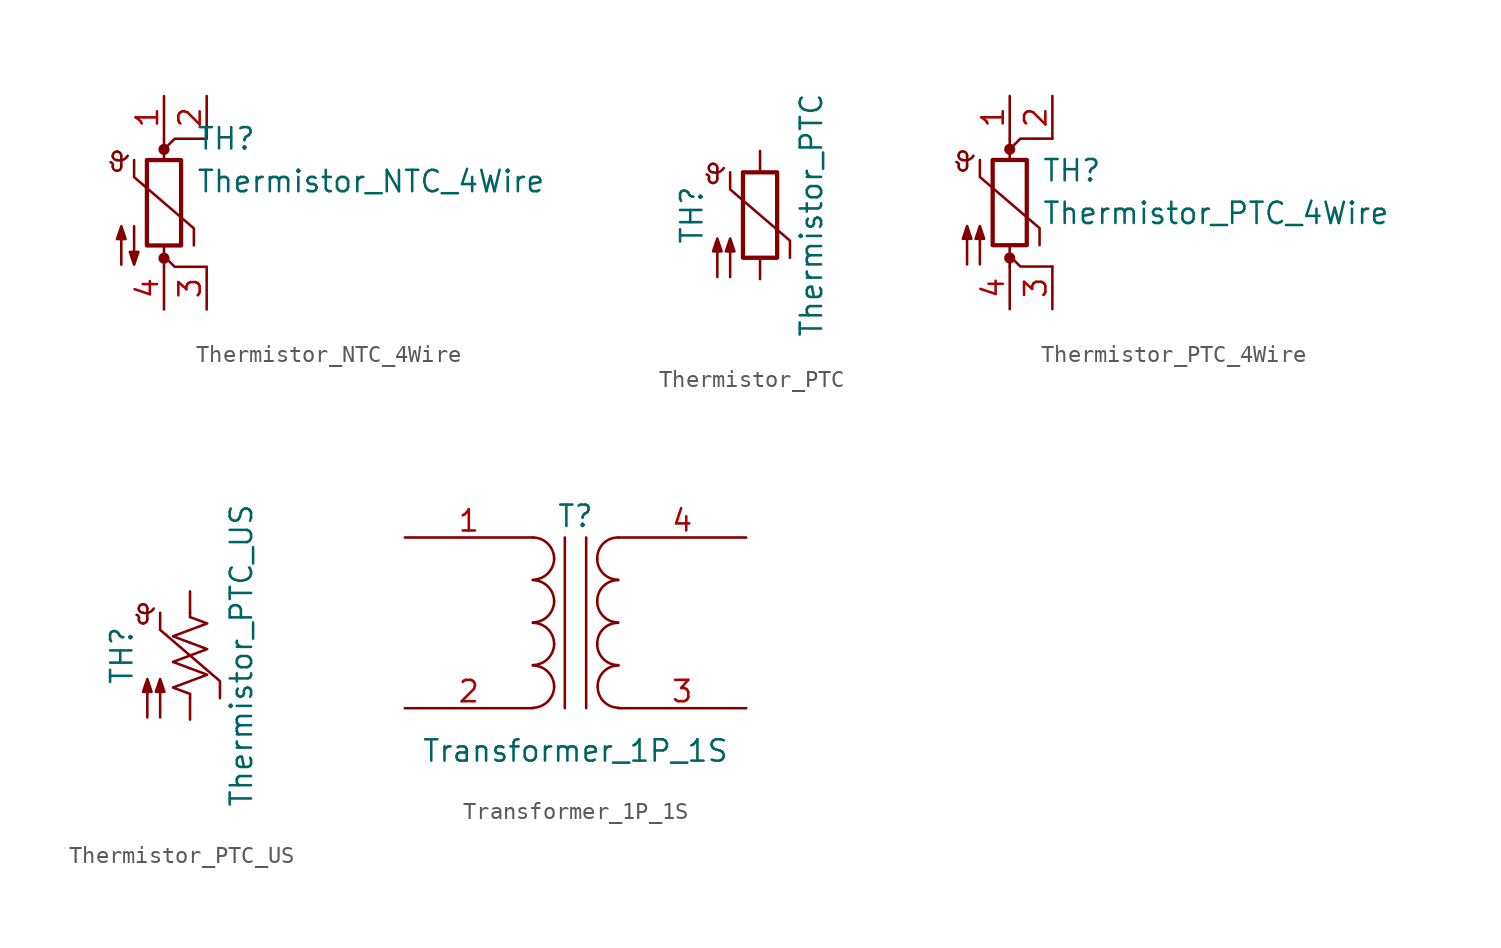
<source format=kicad_sym>
(kicad_symbol_lib
  (version 20211014)
  (generator kicad_symbol_editor)
  (symbol "Thermistor_NTC_4Wire"
    (pin_names
      (offset 0))
    (property "Reference" "TH"
      (at 1.905 3.81 0)
      (effects (font (size 1.27 1.27)) (justify left)))
    (property "Value" "Thermistor_NTC_4Wire"
      (at 1.905 1.27 0)
      (effects (font (size 1.27 1.27)) (justify left)))
    (symbol "Thermistor_NTC_4Wire_0_1"
      (arc (start -3.048 2.159) (mid -3.0495 2.3143) (end -3.175 2.413) (stroke (width 0) (type default) (color 0 0 0 0)) (fill (type none)))
      (arc (start -3.048 2.159) (mid -2.9736 1.9794) (end -2.794 1.905) (stroke (width 0) (type default) (color 0 0 0 0)) (fill (type none)))
      (arc (start -3.048 2.794) (mid -2.9736 2.6144) (end -2.794 2.54) (stroke (width 0) (type default) (color 0 0 0 0)) (fill (type none)))
      (arc (start -2.794 1.905) (mid -2.6144 1.9794) (end -2.54 2.159) (stroke (width 0) (type default) (color 0 0 0 0)) (fill (type none)))
      (arc (start -2.794 2.54) (mid -2.4393 2.5587) (end -2.159 2.794) (stroke (width 0) (type default) (color 0 0 0 0)) (fill (type none)))
      (arc (start -2.794 3.048) (mid -2.9736 2.9736) (end -3.048 2.794) (stroke (width 0) (type default) (color 0 0 0 0)) (fill (type none)))
      (arc (start -2.54 2.794) (mid -2.6144 2.9736) (end -2.794 3.048) (stroke (width 0) (type default) (color 0 0 0 0)) (fill (type none)))
      (rectangle (start -1.016 2.54) (end 1.016 -2.54) (stroke (width 0.254) (type default) (color 0 0 0 0)) (fill (type none)))
      (circle (center 0 -3.302) (radius 0.254) (stroke (width 0) (type default) (color 0 0 0 0)) (fill (type outline)))
      (polyline (pts (xy -2.54 2.159) (xy -2.54 2.794)) (stroke (width 0) (type default) (color 0 0 0 0)) (fill (type none)))
      (polyline (pts (xy 0 -3.81) (xy 0 -2.54)) (stroke (width 0) (type default) (color 0 0 0 0)) (fill (type none)))
      (polyline (pts (xy 0 3.175) (xy 0 3.175)) (stroke (width 0) (type default) (color 0 0 0 0)) (fill (type none)))
      (polyline (pts (xy 0 3.81) (xy 0 2.54)) (stroke (width 0) (type default) (color 0 0 0 0)) (fill (type none)))
      (polyline (pts (xy 2.54 -3.81) (xy 0.635 -3.81) (xy 0 -3.175)) (stroke (width 0) (type default) (color 0 0 0 0)) (fill (type none)))
      (polyline (pts (xy 2.54 3.81) (xy 0.635 3.81) (xy 0 3.175)) (stroke (width 0) (type default) (color 0 0 0 0)) (fill (type none)))
      (polyline (pts (xy -1.778 2.54) (xy -1.778 1.524) (xy 1.778 -1.524) (xy 1.778 -2.54)) (stroke (width 0) (type default) (color 0 0 0 0)) (fill (type none)))
      (polyline (pts (xy -2.54 -3.683) (xy -2.54 -1.397) (xy -2.794 -2.159) (xy -2.286 -2.159) (xy -2.54 -1.397) (xy -2.54 -1.651)) (stroke (width 0) (type default) (color 0 0 0 0)) (fill (type outline)))
      (polyline (pts (xy -1.778 -1.397) (xy -1.778 -3.683) (xy -2.032 -2.921) (xy -1.524 -2.921) (xy -1.778 -3.683) (xy -1.778 -3.429)) (stroke (width 0) (type default) (color 0 0 0 0)) (fill (type outline)))
      (circle (center 0 3.175) (radius 0.254) (stroke (width 0) (type default) (color 0 0 0 0)) (fill (type outline))))
    (symbol "Thermistor_NTC_4Wire_1_1"
      (pin passive line (at 0 6.35 270) (length 2.54) (name "~" (effects (font (size 1.27 1.27)))) (number "1" (effects (font (size 1.27 1.27)))))
      (pin passive line (at 2.54 6.35 270) (length 2.54) (name "~" (effects (font (size 1.27 1.27)))) (number "2" (effects (font (size 1.27 1.27)))))
      (pin passive line (at 2.54 -6.35 90) (length 2.54) (name "~" (effects (font (size 1.27 1.27)))) (number "3" (effects (font (size 1.27 1.27)))))
      (pin passive line (at 0 -6.35 90) (length 2.54) (name "~" (effects (font (size 1.27 1.27)))) (number "4" (effects (font (size 1.27 1.27)))))))
  (symbol "Thermistor_PTC"
    (pin_numbers hide)
    (pin_names
      (offset 0))
    (property "Reference" "TH"
      (at -4.064 0 90)
      (effects (font (size 1.27 1.27))))
    (property "Value" "Thermistor_PTC"
      (at 3.048 0 90)
      (effects (font (size 1.27 1.27))))
    (symbol "Thermistor_PTC_0_1"
      (arc (start -3.048 2.159) (mid -3.0495 2.3143) (end -3.175 2.413) (stroke (width 0) (type default) (color 0 0 0 0)) (fill (type none)))
      (arc (start -3.048 2.159) (mid -2.9736 1.9794) (end -2.794 1.905) (stroke (width 0) (type default) (color 0 0 0 0)) (fill (type none)))
      (arc (start -3.048 2.794) (mid -2.9736 2.6144) (end -2.794 2.54) (stroke (width 0) (type default) (color 0 0 0 0)) (fill (type none)))
      (arc (start -2.794 1.905) (mid -2.6144 1.9794) (end -2.54 2.159) (stroke (width 0) (type default) (color 0 0 0 0)) (fill (type none)))
      (arc (start -2.794 2.54) (mid -2.4393 2.5587) (end -2.159 2.794) (stroke (width 0) (type default) (color 0 0 0 0)) (fill (type none)))
      (arc (start -2.794 3.048) (mid -2.9736 2.9736) (end -3.048 2.794) (stroke (width 0) (type default) (color 0 0 0 0)) (fill (type none)))
      (arc (start -2.54 2.794) (mid -2.6144 2.9736) (end -2.794 3.048) (stroke (width 0) (type default) (color 0 0 0 0)) (fill (type none)))
      (rectangle (start -1.016 2.54) (end 1.016 -2.54) (stroke (width 0.254) (type default) (color 0 0 0 0)) (fill (type none)))
      (polyline (pts (xy -2.54 2.159) (xy -2.54 2.794)) (stroke (width 0) (type default) (color 0 0 0 0)) (fill (type none)))
      (polyline (pts (xy -1.778 2.54) (xy -1.778 1.524) (xy 1.778 -1.524) (xy 1.778 -2.54)) (stroke (width 0) (type default) (color 0 0 0 0)) (fill (type none)))
      (polyline (pts (xy -2.54 -3.683) (xy -2.54 -1.397) (xy -2.794 -2.159) (xy -2.286 -2.159) (xy -2.54 -1.397) (xy -2.54 -1.651)) (stroke (width 0) (type default) (color 0 0 0 0)) (fill (type outline)))
      (polyline (pts (xy -1.778 -3.683) (xy -1.778 -1.397) (xy -2.032 -2.159) (xy -1.524 -2.159) (xy -1.778 -1.397) (xy -1.778 -1.651)) (stroke (width 0) (type default) (color 0 0 0 0)) (fill (type outline))))
    (symbol "Thermistor_PTC_1_1"
      (pin passive line (at 0 3.81 270) (length 1.27) (name "~" (effects (font (size 1.27 1.27)))) (number "1" (effects (font (size 1.27 1.27)))))
      (pin passive line (at 0 -3.81 90) (length 1.27) (name "~" (effects (font (size 1.27 1.27)))) (number "2" (effects (font (size 1.27 1.27)))))))
  (symbol "Thermistor_PTC_4Wire"
    (pin_names
      (offset 0))
    (property "Reference" "TH"
      (at 1.905 1.905 0)
      (effects (font (size 1.27 1.27)) (justify left)))
    (property "Value" "Thermistor_PTC_4Wire"
      (at 1.905 -0.635 0)
      (effects (font (size 1.27 1.27)) (justify left)))
    (symbol "Thermistor_PTC_4Wire_0_1"
      (arc (start -3.048 2.159) (mid -3.0495 2.3143) (end -3.175 2.413) (stroke (width 0) (type default) (color 0 0 0 0)) (fill (type none)))
      (arc (start -3.048 2.159) (mid -2.9736 1.9794) (end -2.794 1.905) (stroke (width 0) (type default) (color 0 0 0 0)) (fill (type none)))
      (arc (start -3.048 2.794) (mid -2.9736 2.6144) (end -2.794 2.54) (stroke (width 0) (type default) (color 0 0 0 0)) (fill (type none)))
      (arc (start -2.794 1.905) (mid -2.6144 1.9794) (end -2.54 2.159) (stroke (width 0) (type default) (color 0 0 0 0)) (fill (type none)))
      (arc (start -2.794 2.54) (mid -2.4393 2.5587) (end -2.159 2.794) (stroke (width 0) (type default) (color 0 0 0 0)) (fill (type none)))
      (arc (start -2.794 3.048) (mid -2.9736 2.9736) (end -3.048 2.794) (stroke (width 0) (type default) (color 0 0 0 0)) (fill (type none)))
      (arc (start -2.54 2.794) (mid -2.6144 2.9736) (end -2.794 3.048) (stroke (width 0) (type default) (color 0 0 0 0)) (fill (type none)))
      (rectangle (start -1.016 2.54) (end 1.016 -2.54) (stroke (width 0.254) (type default) (color 0 0 0 0)) (fill (type none)))
      (circle (center 0 -3.302) (radius 0.254) (stroke (width 0) (type default) (color 0 0 0 0)) (fill (type outline)))
      (polyline (pts (xy -2.54 2.159) (xy -2.54 2.794)) (stroke (width 0) (type default) (color 0 0 0 0)) (fill (type none)))
      (polyline (pts (xy 0 -3.81) (xy 0 -2.54)) (stroke (width 0) (type default) (color 0 0 0 0)) (fill (type none)))
      (polyline (pts (xy 0 3.175) (xy 0 3.175)) (stroke (width 0) (type default) (color 0 0 0 0)) (fill (type none)))
      (polyline (pts (xy 0 3.81) (xy 0 2.54)) (stroke (width 0) (type default) (color 0 0 0 0)) (fill (type none)))
      (polyline (pts (xy 2.54 -3.81) (xy 0.635 -3.81) (xy 0 -3.175)) (stroke (width 0) (type default) (color 0 0 0 0)) (fill (type none)))
      (polyline (pts (xy 2.54 3.81) (xy 0.635 3.81) (xy 0 3.175)) (stroke (width 0) (type default) (color 0 0 0 0)) (fill (type none)))
      (polyline (pts (xy -1.778 2.54) (xy -1.778 1.524) (xy 1.778 -1.524) (xy 1.778 -2.54)) (stroke (width 0) (type default) (color 0 0 0 0)) (fill (type none)))
      (polyline (pts (xy -2.54 -3.683) (xy -2.54 -1.397) (xy -2.794 -2.159) (xy -2.286 -2.159) (xy -2.54 -1.397) (xy -2.54 -1.651)) (stroke (width 0) (type default) (color 0 0 0 0)) (fill (type outline)))
      (polyline (pts (xy -1.778 -3.683) (xy -1.778 -1.397) (xy -2.032 -2.159) (xy -1.524 -2.159) (xy -1.778 -1.397) (xy -1.778 -1.651)) (stroke (width 0) (type default) (color 0 0 0 0)) (fill (type outline)))
      (circle (center 0 3.175) (radius 0.254) (stroke (width 0) (type default) (color 0 0 0 0)) (fill (type outline))))
    (symbol "Thermistor_PTC_4Wire_1_1"
      (pin passive line (at 0 6.35 270) (length 2.54) (name "~" (effects (font (size 1.27 1.27)))) (number "1" (effects (font (size 1.27 1.27)))))
      (pin passive line (at 2.54 6.35 270) (length 2.54) (name "~" (effects (font (size 1.27 1.27)))) (number "2" (effects (font (size 1.27 1.27)))))
      (pin passive line (at 2.54 -6.35 90) (length 2.54) (name "~" (effects (font (size 1.27 1.27)))) (number "3" (effects (font (size 1.27 1.27)))))
      (pin passive line (at 0 -6.35 90) (length 2.54) (name "~" (effects (font (size 1.27 1.27)))) (number "4" (effects (font (size 1.27 1.27)))))))
  (symbol "Thermistor_PTC_US"
    (pin_numbers hide)
    (pin_names
      (offset 0))
    (property "Reference" "TH"
      (at -4.064 0 90)
      (effects (font (size 1.27 1.27))))
    (property "Value" "Thermistor_PTC_US"
      (at 3.048 0 90)
      (effects (font (size 1.27 1.27))))
    (symbol "Thermistor_PTC_US_0_1"
      (arc (start -3.048 2.159) (mid -3.0495 2.3143) (end -3.175 2.413) (stroke (width 0) (type default) (color 0 0 0 0)) (fill (type none)))
      (arc (start -3.048 2.159) (mid -2.9736 1.9794) (end -2.794 1.905) (stroke (width 0) (type default) (color 0 0 0 0)) (fill (type none)))
      (arc (start -3.048 2.794) (mid -2.9736 2.6144) (end -2.794 2.54) (stroke (width 0) (type default) (color 0 0 0 0)) (fill (type none)))
      (arc (start -2.794 1.905) (mid -2.6144 1.9794) (end -2.54 2.159) (stroke (width 0) (type default) (color 0 0 0 0)) (fill (type none)))
      (arc (start -2.794 2.54) (mid -2.4393 2.5587) (end -2.159 2.794) (stroke (width 0) (type default) (color 0 0 0 0)) (fill (type none)))
      (arc (start -2.794 3.048) (mid -2.9736 2.9736) (end -3.048 2.794) (stroke (width 0) (type default) (color 0 0 0 0)) (fill (type none)))
      (arc (start -2.54 2.794) (mid -2.6144 2.9736) (end -2.794 3.048) (stroke (width 0) (type default) (color 0 0 0 0)) (fill (type none)))
      (polyline (pts (xy -2.54 2.159) (xy -2.54 2.794)) (stroke (width 0) (type default) (color 0 0 0 0)) (fill (type none)))
      (polyline (pts (xy 0 -2.286) (xy 0 -2.54)) (stroke (width 0) (type default) (color 0 0 0 0)) (fill (type none)))
      (polyline (pts (xy 0 2.286) (xy 0 2.54)) (stroke (width 0) (type default) (color 0 0 0 0)) (fill (type none)))
      (polyline (pts (xy -1.778 2.54) (xy -1.778 1.524) (xy 1.778 -1.524) (xy 1.778 -2.54)) (stroke (width 0) (type default) (color 0 0 0 0)) (fill (type none)))
      (polyline (pts (xy 0 -0.762) (xy 1.016 -1.143) (xy 0 -1.524) (xy -1.016 -1.905) (xy 0 -2.286)) (stroke (width 0) (type default) (color 0 0 0 0)) (fill (type none)))
      (polyline (pts (xy 0 0.762) (xy 1.016 0.381) (xy 0 0) (xy -1.016 -0.381) (xy 0 -0.762)) (stroke (width 0) (type default) (color 0 0 0 0)) (fill (type none)))
      (polyline (pts (xy 0 2.286) (xy 1.016 1.905) (xy 0 1.524) (xy -1.016 1.143) (xy 0 0.762)) (stroke (width 0) (type default) (color 0 0 0 0)) (fill (type none)))
      (polyline (pts (xy -2.54 -3.683) (xy -2.54 -1.397) (xy -2.794 -2.159) (xy -2.286 -2.159) (xy -2.54 -1.397) (xy -2.54 -1.651)) (stroke (width 0) (type default) (color 0 0 0 0)) (fill (type outline)))
      (polyline (pts (xy -1.778 -3.683) (xy -1.778 -1.397) (xy -2.032 -2.159) (xy -1.524 -2.159) (xy -1.778 -1.397) (xy -1.778 -1.651)) (stroke (width 0) (type default) (color 0 0 0 0)) (fill (type outline))))
    (symbol "Thermistor_PTC_US_1_1"
      (pin passive line (at 0 3.81 270) (length 1.27) (name "~" (effects (font (size 1.27 1.27)))) (number "1" (effects (font (size 1.27 1.27)))))
      (pin passive line (at 0 -3.81 90) (length 1.27) (name "~" (effects (font (size 1.27 1.27)))) (number "2" (effects (font (size 1.27 1.27)))))))
  (symbol "Transformer_1P_1S"
    (pin_names
      (offset 1.016) hide)
    (property "Reference" "T"
      (at 0 6.35 0)
      (effects (font (size 1.27 1.27))))
    (property "Value" "Transformer_1P_1S"
      (at 0 -7.62 0)
      (effects (font (size 1.27 1.27))))
    (symbol "Transformer_1P_1S_0_1"
      (arc (start -2.54 -5.0546) (mid -1.6599 -4.6901) (end -1.27 -3.81) (stroke (width 0) (type default) (color 0 0 0 0)) (fill (type none)))
      (arc (start -2.54 -2.5146) (mid -1.6599 -2.1501) (end -1.27 -1.27) (stroke (width 0) (type default) (color 0 0 0 0)) (fill (type none)))
      (arc (start -2.54 0.0254) (mid -1.6599 0.3899) (end -1.27 1.27) (stroke (width 0) (type default) (color 0 0 0 0)) (fill (type none)))
      (arc (start -2.54 2.5654) (mid -1.6599 2.9299) (end -1.27 3.81) (stroke (width 0) (type default) (color 0 0 0 0)) (fill (type none)))
      (arc (start -1.27 -3.81) (mid -1.642 -2.912) (end -2.54 -2.54) (stroke (width 0) (type default) (color 0 0 0 0)) (fill (type none)))
      (arc (start -1.27 -1.27) (mid -1.642 -0.372) (end -2.54 0) (stroke (width 0) (type default) (color 0 0 0 0)) (fill (type none)))
      (arc (start -1.27 1.27) (mid -1.642 2.168) (end -2.54 2.54) (stroke (width 0) (type default) (color 0 0 0 0)) (fill (type none)))
      (arc (start -1.27 3.81) (mid -1.642 4.708) (end -2.54 5.08) (stroke (width 0) (type default) (color 0 0 0 0)) (fill (type none)))
      (polyline (pts (xy -0.635 5.08) (xy -0.635 -5.08)) (stroke (width 0) (type default) (color 0 0 0 0)) (fill (type none)))
      (polyline (pts (xy 0.635 -5.08) (xy 0.635 5.08)) (stroke (width 0) (type default) (color 0 0 0 0)) (fill (type none)))
      (arc (start 1.2954 -1.27) (mid 1.6599 -2.1501) (end 2.54 -2.5146) (stroke (width 0) (type default) (color 0 0 0 0)) (fill (type none)))
      (arc (start 1.2954 1.27) (mid 1.6599 0.3899) (end 2.54 0.0254) (stroke (width 0) (type default) (color 0 0 0 0)) (fill (type none)))
      (arc (start 1.2954 3.81) (mid 1.6599 2.9299) (end 2.54 2.5654) (stroke (width 0) (type default) (color 0 0 0 0)) (fill (type none)))
      (arc (start 1.3208 -3.81) (mid 1.6853 -4.6901) (end 2.5654 -5.0546) (stroke (width 0) (type default) (color 0 0 0 0)) (fill (type none)))
      (arc (start 2.54 0) (mid 1.642 -0.372) (end 1.2954 -1.27) (stroke (width 0) (type default) (color 0 0 0 0)) (fill (type none)))
      (arc (start 2.54 2.54) (mid 1.642 2.168) (end 1.2954 1.27) (stroke (width 0) (type default) (color 0 0 0 0)) (fill (type none)))
      (arc (start 2.54 5.08) (mid 1.642 4.708) (end 1.2954 3.81) (stroke (width 0) (type default) (color 0 0 0 0)) (fill (type none)))
      (arc (start 2.5654 -2.54) (mid 1.6674 -2.912) (end 1.3208 -3.81) (stroke (width 0) (type default) (color 0 0 0 0)) (fill (type none))))
    (symbol "Transformer_1P_1S_1_1"
      (pin passive line (at -10.16 5.08 0) (length 7.62) (name "AA" (effects (font (size 1.27 1.27)))) (number "1" (effects (font (size 1.27 1.27)))))
      (pin passive line (at -10.16 -5.08 0) (length 7.62) (name "AB" (effects (font (size 1.27 1.27)))) (number "2" (effects (font (size 1.27 1.27)))))
      (pin passive line (at 10.16 -5.08 180) (length 7.62) (name "SA" (effects (font (size 1.27 1.27)))) (number "3" (effects (font (size 1.27 1.27)))))
      (pin passive line (at 10.16 5.08 180) (length 7.62) (name "SB" (effects (font (size 1.27 1.27)))) (number "4" (effects (font (size 1.27 1.27))))))))
</source>
